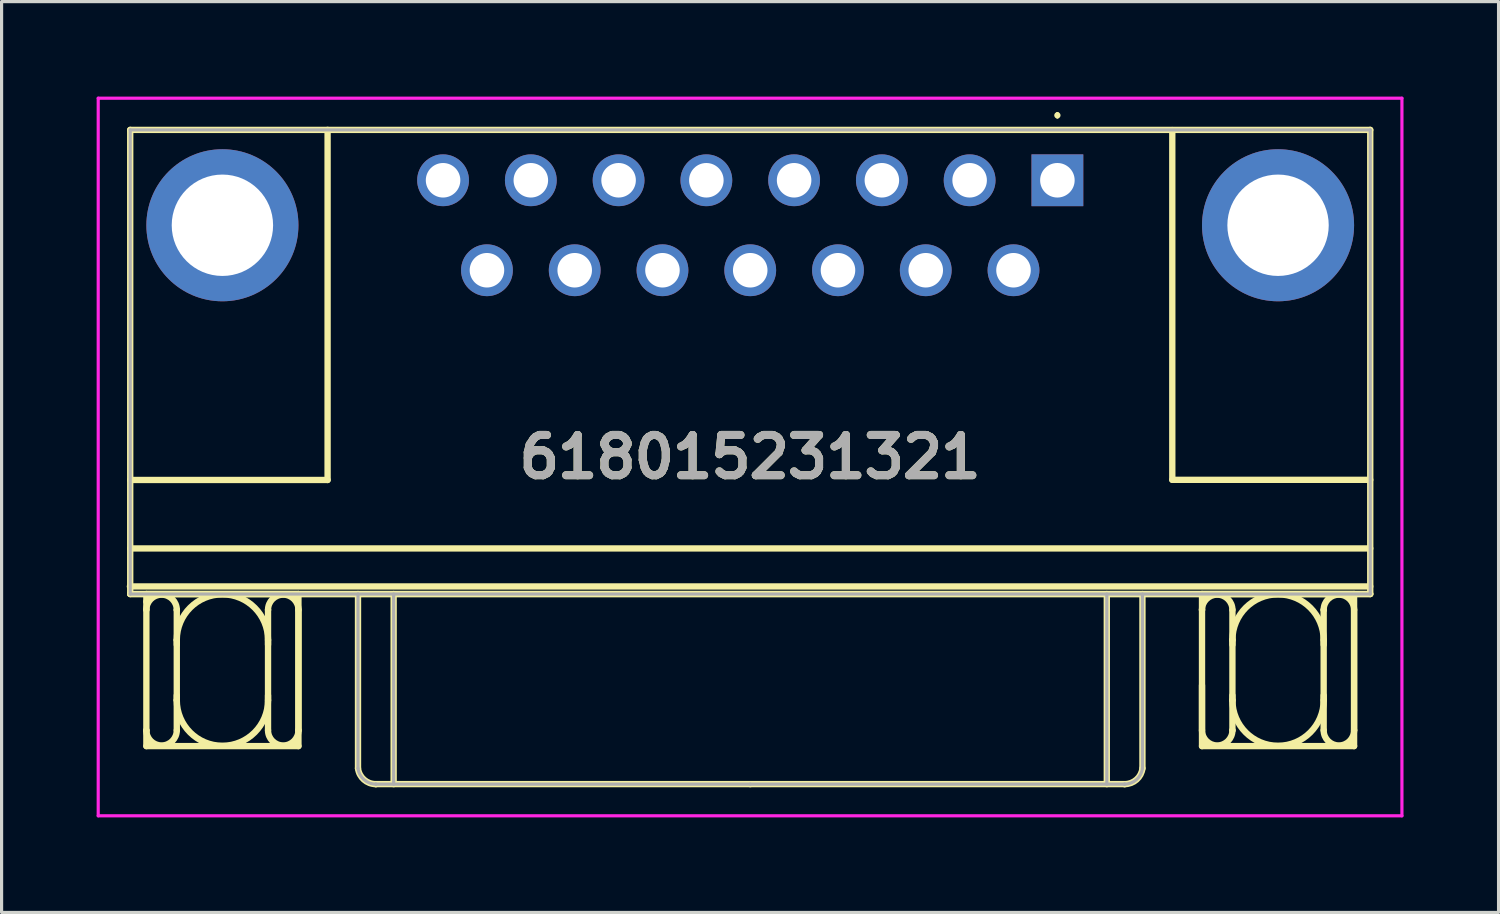
<source format=kicad_pcb>
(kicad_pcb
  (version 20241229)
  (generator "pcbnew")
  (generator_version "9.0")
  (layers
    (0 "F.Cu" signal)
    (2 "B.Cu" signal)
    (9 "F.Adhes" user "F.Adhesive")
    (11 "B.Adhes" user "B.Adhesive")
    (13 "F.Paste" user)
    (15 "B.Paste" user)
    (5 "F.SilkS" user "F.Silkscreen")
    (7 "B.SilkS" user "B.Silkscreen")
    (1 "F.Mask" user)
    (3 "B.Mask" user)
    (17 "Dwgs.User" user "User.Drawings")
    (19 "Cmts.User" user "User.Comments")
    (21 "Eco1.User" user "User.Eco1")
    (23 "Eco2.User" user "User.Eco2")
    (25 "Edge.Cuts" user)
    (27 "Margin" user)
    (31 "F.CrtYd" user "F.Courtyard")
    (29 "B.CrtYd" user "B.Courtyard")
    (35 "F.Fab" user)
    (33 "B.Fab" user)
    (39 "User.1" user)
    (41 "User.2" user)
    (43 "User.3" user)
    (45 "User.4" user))
  (footprint "618015231321"
    (layer "F.Cu")
    (at 30.325 2.64)
    (property "Reference" "618015231321" (at -9.7 8.735 0) (layer "F.SilkS") (effects (font (size 1.27 1.27) (thickness 0.254))))
    (attr through_hole)
    (fp_line (start -29.275 12.82) (end 9.875 12.82) (stroke (width 0.2) (type solid)) (layer "F.SilkS"))
    (fp_line (start -29.265 -1.59) (end 9.875 -1.59) (stroke (width 0.2) (type solid)) (layer "F.SilkS"))
    (fp_line (start -29.265 9.46) (end -23.035 9.46) (stroke (width 0.2) (type solid)) (layer "F.SilkS"))
    (fp_line (start -29.265 11.62) (end 9.875 11.62) (stroke (width 0.2) (type solid)) (layer "F.SilkS"))
    (fp_line (start -29.265 13.06) (end -29.265 -1.59) (stroke (width 0.2) (type solid)) (layer "F.SilkS"))
    (fp_line (start -29.265 13.06) (end 9.875 13.06) (stroke (width 0.2) (type solid)) (layer "F.SilkS"))
    (fp_line (start -28.755 13.06) (end -28.755 13.3) (stroke (width 0.2) (type solid)) (layer "F.SilkS"))
    (fp_line (start -28.755 13.3) (end -28.755 13.54) (stroke (width 0.2) (type solid)) (layer "F.SilkS"))
    (fp_line (start -28.755 13.56) (end -28.755 17.36) (stroke (width 0.2) (type solid)) (layer "F.SilkS"))
    (fp_line (start -28.755 17.36) (end -28.755 17.36) (stroke (width 0.2) (type solid)) (layer "F.SilkS"))
    (fp_line (start -28.755 17.38) (end -28.755 17.86) (stroke (width 0.2) (type solid)) (layer "F.SilkS"))
    (fp_line (start -28.755 17.86) (end -23.955 17.86) (stroke (width 0.2) (type solid)) (layer "F.SilkS"))
    (fp_line (start -27.795 13.56) (end -27.795 13.56) (stroke (width 0.2) (type solid)) (layer "F.SilkS"))
    (fp_line (start -27.795 14.51) (end -27.795 14.51) (stroke (width 0.2) (type solid)) (layer "F.SilkS"))
    (fp_line (start -27.795 14.66) (end -27.795 14.51) (stroke (width 0.2) (type solid)) (layer "F.SilkS"))
    (fp_line (start -27.795 16.26) (end -27.795 16.41) (stroke (width 0.2) (type solid)) (layer "F.SilkS"))
    (fp_line (start -27.795 16.41) (end -27.795 16.41) (stroke (width 0.2) (type solid)) (layer "F.SilkS"))
    (fp_line (start -27.795 17.36) (end -27.795 13.56) (stroke (width 0.2) (type solid)) (layer "F.SilkS"))
    (fp_line (start -24.915 13.56) (end -24.915 13.56) (stroke (width 0.2) (type solid)) (layer "F.SilkS"))
    (fp_line (start -24.915 14.51) (end -24.915 14.66) (stroke (width 0.2) (type solid)) (layer "F.SilkS"))
    (fp_line (start -24.915 16.41) (end -24.915 16.26) (stroke (width 0.2) (type solid)) (layer "F.SilkS"))
    (fp_line (start -24.915 17.36) (end -24.915 13.56) (stroke (width 0.2) (type solid)) (layer "F.SilkS"))
    (fp_line (start -23.955 13.06) (end -28.755 13.06) (stroke (width 0.2) (type solid)) (layer "F.SilkS"))
    (fp_line (start -23.955 13.56) (end -23.955 17.36) (stroke (width 0.2) (type solid)) (layer "F.SilkS"))
    (fp_line (start -23.955 17.36) (end -23.955 17.36) (stroke (width 0.2) (type solid)) (layer "F.SilkS"))
    (fp_line (start -23.955 17.86) (end -23.955 13.06) (stroke (width 0.2) (type solid)) (layer "F.SilkS"))
    (fp_line (start -23.035 9.46) (end -23.035 -1.59) (stroke (width 0.2) (type solid)) (layer "F.SilkS"))
    (fp_line (start -22.075 18.56) (end -22.075 13.06) (stroke (width 0.2) (type solid)) (layer "F.SilkS"))
    (fp_line (start -21.512 19.06) (end -21.512 19.06) (stroke (width 0.2) (type solid)) (layer "F.SilkS"))
    (fp_line (start -20.95 19.06) (end -20.95 13.06) (stroke (width 0.2) (type solid)) (layer "F.SilkS"))
    (fp_line (start -9.695 19.06) (end -21.512 19.06) (stroke (width 0.2) (type solid)) (layer "F.SilkS"))
    (fp_line (start -9.695 19.06) (end 2.122 19.06) (stroke (width 0.2) (type solid)) (layer "F.SilkS"))
    (fp_line (start 0 -2.1) (end 0 -2.1) (stroke (width 0.1) (type solid)) (layer "F.SilkS"))
    (fp_line (start 0 -2) (end 0 -2) (stroke (width 0.1) (type solid)) (layer "F.SilkS"))
    (fp_line (start 1.56 19.06) (end 1.56 13.06) (stroke (width 0.2) (type solid)) (layer "F.SilkS"))
    (fp_line (start 2.122 19.06) (end 2.122 19.06) (stroke (width 0.2) (type solid)) (layer "F.SilkS"))
    (fp_line (start 2.685 18.56) (end 2.685 13.06) (stroke (width 0.2) (type solid)) (layer "F.SilkS"))
    (fp_line (start 3.627 9.455) (end 3.627 -1.585) (stroke (width 0.2) (type solid)) (layer "F.SilkS"))
    (fp_line (start 4.565 13.06) (end 9.365 13.06) (stroke (width 0.2) (type solid)) (layer "F.SilkS"))
    (fp_line (start 4.565 13.56) (end 4.565 13.06) (stroke (width 0.2) (type solid)) (layer "F.SilkS"))
    (fp_line (start 4.565 13.56) (end 4.565 13.56) (stroke (width 0.2) (type solid)) (layer "F.SilkS"))
    (fp_line (start 4.565 17.36) (end 4.565 13.56) (stroke (width 0.2) (type solid)) (layer "F.SilkS"))
    (fp_line (start 4.565 17.86) (end 4.565 15.94) (stroke (width 0.2) (type solid)) (layer "F.SilkS"))
    (fp_line (start 5.525 13.56) (end 5.525 17.36) (stroke (width 0.2) (type solid)) (layer "F.SilkS"))
    (fp_line (start 5.525 14.51) (end 5.525 14.51) (stroke (width 0.2) (type solid)) (layer "F.SilkS"))
    (fp_line (start 5.525 14.66) (end 5.525 14.51) (stroke (width 0.2) (type solid)) (layer "F.SilkS"))
    (fp_line (start 5.525 16.26) (end 5.525 16.41) (stroke (width 0.2) (type solid)) (layer "F.SilkS"))
    (fp_line (start 5.525 16.41) (end 5.525 16.41) (stroke (width 0.2) (type solid)) (layer "F.SilkS"))
    (fp_line (start 5.525 17.36) (end 5.525 17.36) (stroke (width 0.2) (type solid)) (layer "F.SilkS"))
    (fp_line (start 8.405 13.56) (end 8.405 13.56) (stroke (width 0.2) (type solid)) (layer "F.SilkS"))
    (fp_line (start 8.405 14.51) (end 8.405 14.66) (stroke (width 0.2) (type solid)) (layer "F.SilkS"))
    (fp_line (start 8.405 16.41) (end 8.405 16.26) (stroke (width 0.2) (type solid)) (layer "F.SilkS"))
    (fp_line (start 8.405 17.36) (end 8.405 13.56) (stroke (width 0.2) (type solid)) (layer "F.SilkS"))
    (fp_line (start 9.365 13.06) (end 9.365 17.86) (stroke (width 0.2) (type solid)) (layer "F.SilkS"))
    (fp_line (start 9.365 13.56) (end 9.365 17.36) (stroke (width 0.2) (type solid)) (layer "F.SilkS"))
    (fp_line (start 9.365 17.36) (end 9.365 17.36) (stroke (width 0.2) (type solid)) (layer "F.SilkS"))
    (fp_line (start 9.365 17.86) (end 4.565 17.86) (stroke (width 0.2) (type solid)) (layer "F.SilkS"))
    (fp_line (start 9.875 -1.59) (end 9.875 13.06) (stroke (width 0.2) (type solid)) (layer "F.SilkS"))
    (fp_line (start 9.875 9.455) (end 3.627 9.455) (stroke (width 0.2) (type solid)) (layer "F.SilkS"))
    (fp_line (start 9.875 13.06) (end -29.265 13.06) (stroke (width 0.2) (type solid)) (layer "F.SilkS"))
    (fp_arc (start -28.755 13.56) (mid -28.275 13.08) (end -27.795 13.56) (stroke (width 0.2) (type solid)) (layer "F.SilkS"))
    (fp_arc (start -27.795 14.51) (mid -26.355 13.07) (end -24.915 14.51) (stroke (width 0.2) (type solid)) (layer "F.SilkS"))
    (fp_arc (start -27.795 17.36) (mid -28.275 17.84) (end -28.755 17.36) (stroke (width 0.2) (type solid)) (layer "F.SilkS"))
    (fp_arc (start -24.915 13.56) (mid -24.435 13.08) (end -23.955 13.56) (stroke (width 0.2) (type solid)) (layer "F.SilkS"))
    (fp_arc (start -24.915 16.41) (mid -26.355 17.85) (end -27.795 16.41) (stroke (width 0.2) (type solid)) (layer "F.SilkS"))
    (fp_arc (start -23.955 17.36) (mid -24.435 17.84) (end -24.915 17.36) (stroke (width 0.2) (type solid)) (layer "F.SilkS"))
    (fp_arc (start -21.512 19.06) (mid -21.88824 18.917459) (end -22.074956 18.561072) (stroke (width 0.2) (type solid)) (layer "F.SilkS"))
    (fp_arc (start 0 -2.1) (mid 0.05 -2.05) (end 0 -2) (stroke (width 0.1) (type solid)) (layer "F.SilkS"))
    (fp_arc (start 0 -2) (mid -0.05 -2.05) (end 0 -2.1) (stroke (width 0.1) (type solid)) (layer "F.SilkS"))
    (fp_arc (start 2.684956 18.561072) (mid 2.498241 18.91746) (end 2.122 19.06) (stroke (width 0.2) (type solid)) (layer "F.SilkS"))
    (fp_arc (start 4.565 13.56) (mid 5.045 13.08) (end 5.525 13.56) (stroke (width 0.2) (type solid)) (layer "F.SilkS"))
    (fp_arc (start 5.525 14.51) (mid 6.965 13.07) (end 8.405 14.51) (stroke (width 0.2) (type solid)) (layer "F.SilkS"))
    (fp_arc (start 5.525 17.36) (mid 5.045 17.84) (end 4.565 17.36) (stroke (width 0.2) (type solid)) (layer "F.SilkS"))
    (fp_arc (start 8.405 13.56) (mid 8.885 13.08) (end 9.365 13.56) (stroke (width 0.2) (type solid)) (layer "F.SilkS"))
    (fp_arc (start 8.405 16.41) (mid 6.965 17.85) (end 5.525 16.41) (stroke (width 0.2) (type solid)) (layer "F.SilkS"))
    (fp_arc (start 9.365 17.36) (mid 8.885 17.84) (end 8.405 17.36) (stroke (width 0.2) (type solid)) (layer "F.SilkS"))
    (fp_line (start -30.275 -2.59) (end 10.875 -2.59) (stroke (width 0.1) (type solid)) (layer "F.CrtYd"))
    (fp_line (start -30.275 20.06) (end -30.275 -2.59) (stroke (width 0.1) (type solid)) (layer "F.CrtYd"))
    (fp_line (start 10.875 -2.59) (end 10.875 20.06) (stroke (width 0.1) (type solid)) (layer "F.CrtYd"))
    (fp_line (start 10.875 20.06) (end -30.275 20.06) (stroke (width 0.1) (type solid)) (layer "F.CrtYd"))
    (fp_line (start -29.265 -1.59) (end 9.875 -1.59) (stroke (width 0.1) (type solid)) (layer "F.Fab"))
    (fp_line (start -29.265 13.06) (end -29.265 -1.59) (stroke (width 0.1) (type solid)) (layer "F.Fab"))
    (fp_line (start -22.075 18.56) (end -22.075 13.06) (stroke (width 0.1) (type solid)) (layer "F.Fab"))
    (fp_line (start -21.512 19.06) (end -21.512 19.06) (stroke (width 0.1) (type solid)) (layer "F.Fab"))
    (fp_line (start -20.95 19.06) (end -20.95 13.06) (stroke (width 0.1) (type solid)) (layer "F.Fab"))
    (fp_line (start -9.695 19.06) (end -21.512 19.06) (stroke (width 0.1) (type solid)) (layer "F.Fab"))
    (fp_line (start -9.695 19.06) (end 2.122 19.06) (stroke (width 0.1) (type solid)) (layer "F.Fab"))
    (fp_line (start 1.56 19.06) (end 1.56 13.06) (stroke (width 0.1) (type solid)) (layer "F.Fab"))
    (fp_line (start 2.122 19.06) (end 2.122 19.06) (stroke (width 0.1) (type solid)) (layer "F.Fab"))
    (fp_line (start 2.685 18.56) (end 2.685 13.06) (stroke (width 0.1) (type solid)) (layer "F.Fab"))
    (fp_line (start 9.875 -1.59) (end 9.875 13.06) (stroke (width 0.1) (type solid)) (layer "F.Fab"))
    (fp_line (start 9.875 13.06) (end -29.265 13.06) (stroke (width 0.1) (type solid)) (layer "F.Fab"))
    (fp_arc (start -21.512 19.06) (mid -21.88824 18.917459) (end -22.074956 18.561072) (stroke (width 0.1) (type solid)) (layer "F.Fab"))
    (fp_arc (start 2.684956 18.561072) (mid 2.498241 18.91746) (end 2.122 19.06) (stroke (width 0.1) (type solid)) (layer "F.Fab"))
    (fp_text user "${REFERENCE}" (at -9.7 8.735 0) (layer "F.Fab") (effects (font (size 1.27 1.27) (thickness 0.254))))
    (pad "1" thru_hole rect (at 0 0) (size 1.635 1.635) (drill 1.09) (layers "*.Cu" "*.Mask"))
    (pad "2" thru_hole circle (at -2.77 0) (size 1.635 1.635) (drill 1.09) (layers "*.Cu" "*.Mask"))
    (pad "3" thru_hole circle (at -5.54 0) (size 1.635 1.635) (drill 1.09) (layers "*.Cu" "*.Mask"))
    (pad "4" thru_hole circle (at -8.31 0) (size 1.635 1.635) (drill 1.09) (layers "*.Cu" "*.Mask"))
    (pad "5" thru_hole circle (at -11.08 0) (size 1.635 1.635) (drill 1.09) (layers "*.Cu" "*.Mask"))
    (pad "6" thru_hole circle (at -13.85 0) (size 1.635 1.635) (drill 1.09) (layers "*.Cu" "*.Mask"))
    (pad "7" thru_hole circle (at -16.62 0) (size 1.635 1.635) (drill 1.09) (layers "*.Cu" "*.Mask"))
    (pad "8" thru_hole circle (at -19.39 0) (size 1.635 1.635) (drill 1.09) (layers "*.Cu" "*.Mask"))
    (pad "9" thru_hole circle (at -1.385 2.84) (size 1.635 1.635) (drill 1.09) (layers "*.Cu" "*.Mask"))
    (pad "10" thru_hole circle (at -4.155 2.84) (size 1.635 1.635) (drill 1.09) (layers "*.Cu" "*.Mask"))
    (pad "11" thru_hole circle (at -6.925 2.84) (size 1.635 1.635) (drill 1.09) (layers "*.Cu" "*.Mask"))
    (pad "12" thru_hole circle (at -9.695 2.84) (size 1.635 1.635) (drill 1.09) (layers "*.Cu" "*.Mask"))
    (pad "13" thru_hole circle (at -12.465 2.84) (size 1.635 1.635) (drill 1.09) (layers "*.Cu" "*.Mask"))
    (pad "14" thru_hole circle (at -15.235 2.84) (size 1.635 1.635) (drill 1.09) (layers "*.Cu" "*.Mask"))
    (pad "15" thru_hole circle (at -18.005 2.84) (size 1.635 1.635) (drill 1.09) (layers "*.Cu" "*.Mask"))
    (pad "MH1" thru_hole circle (at 6.965 1.42) (size 4.8 4.8) (drill 3.2) (layers "*.Cu" "*.Mask"))
    (pad "MH2" thru_hole circle (at -26.355 1.42) (size 4.8 4.8) (drill 3.2) (layers "*.Cu" "*.Mask")))
  (gr_rect
    (start -3 -3)
    (end 44.25 25.75)
    (stroke (width 0.1) (type default))
    (fill no)
    (layer "Edge.Cuts")))
</source>
